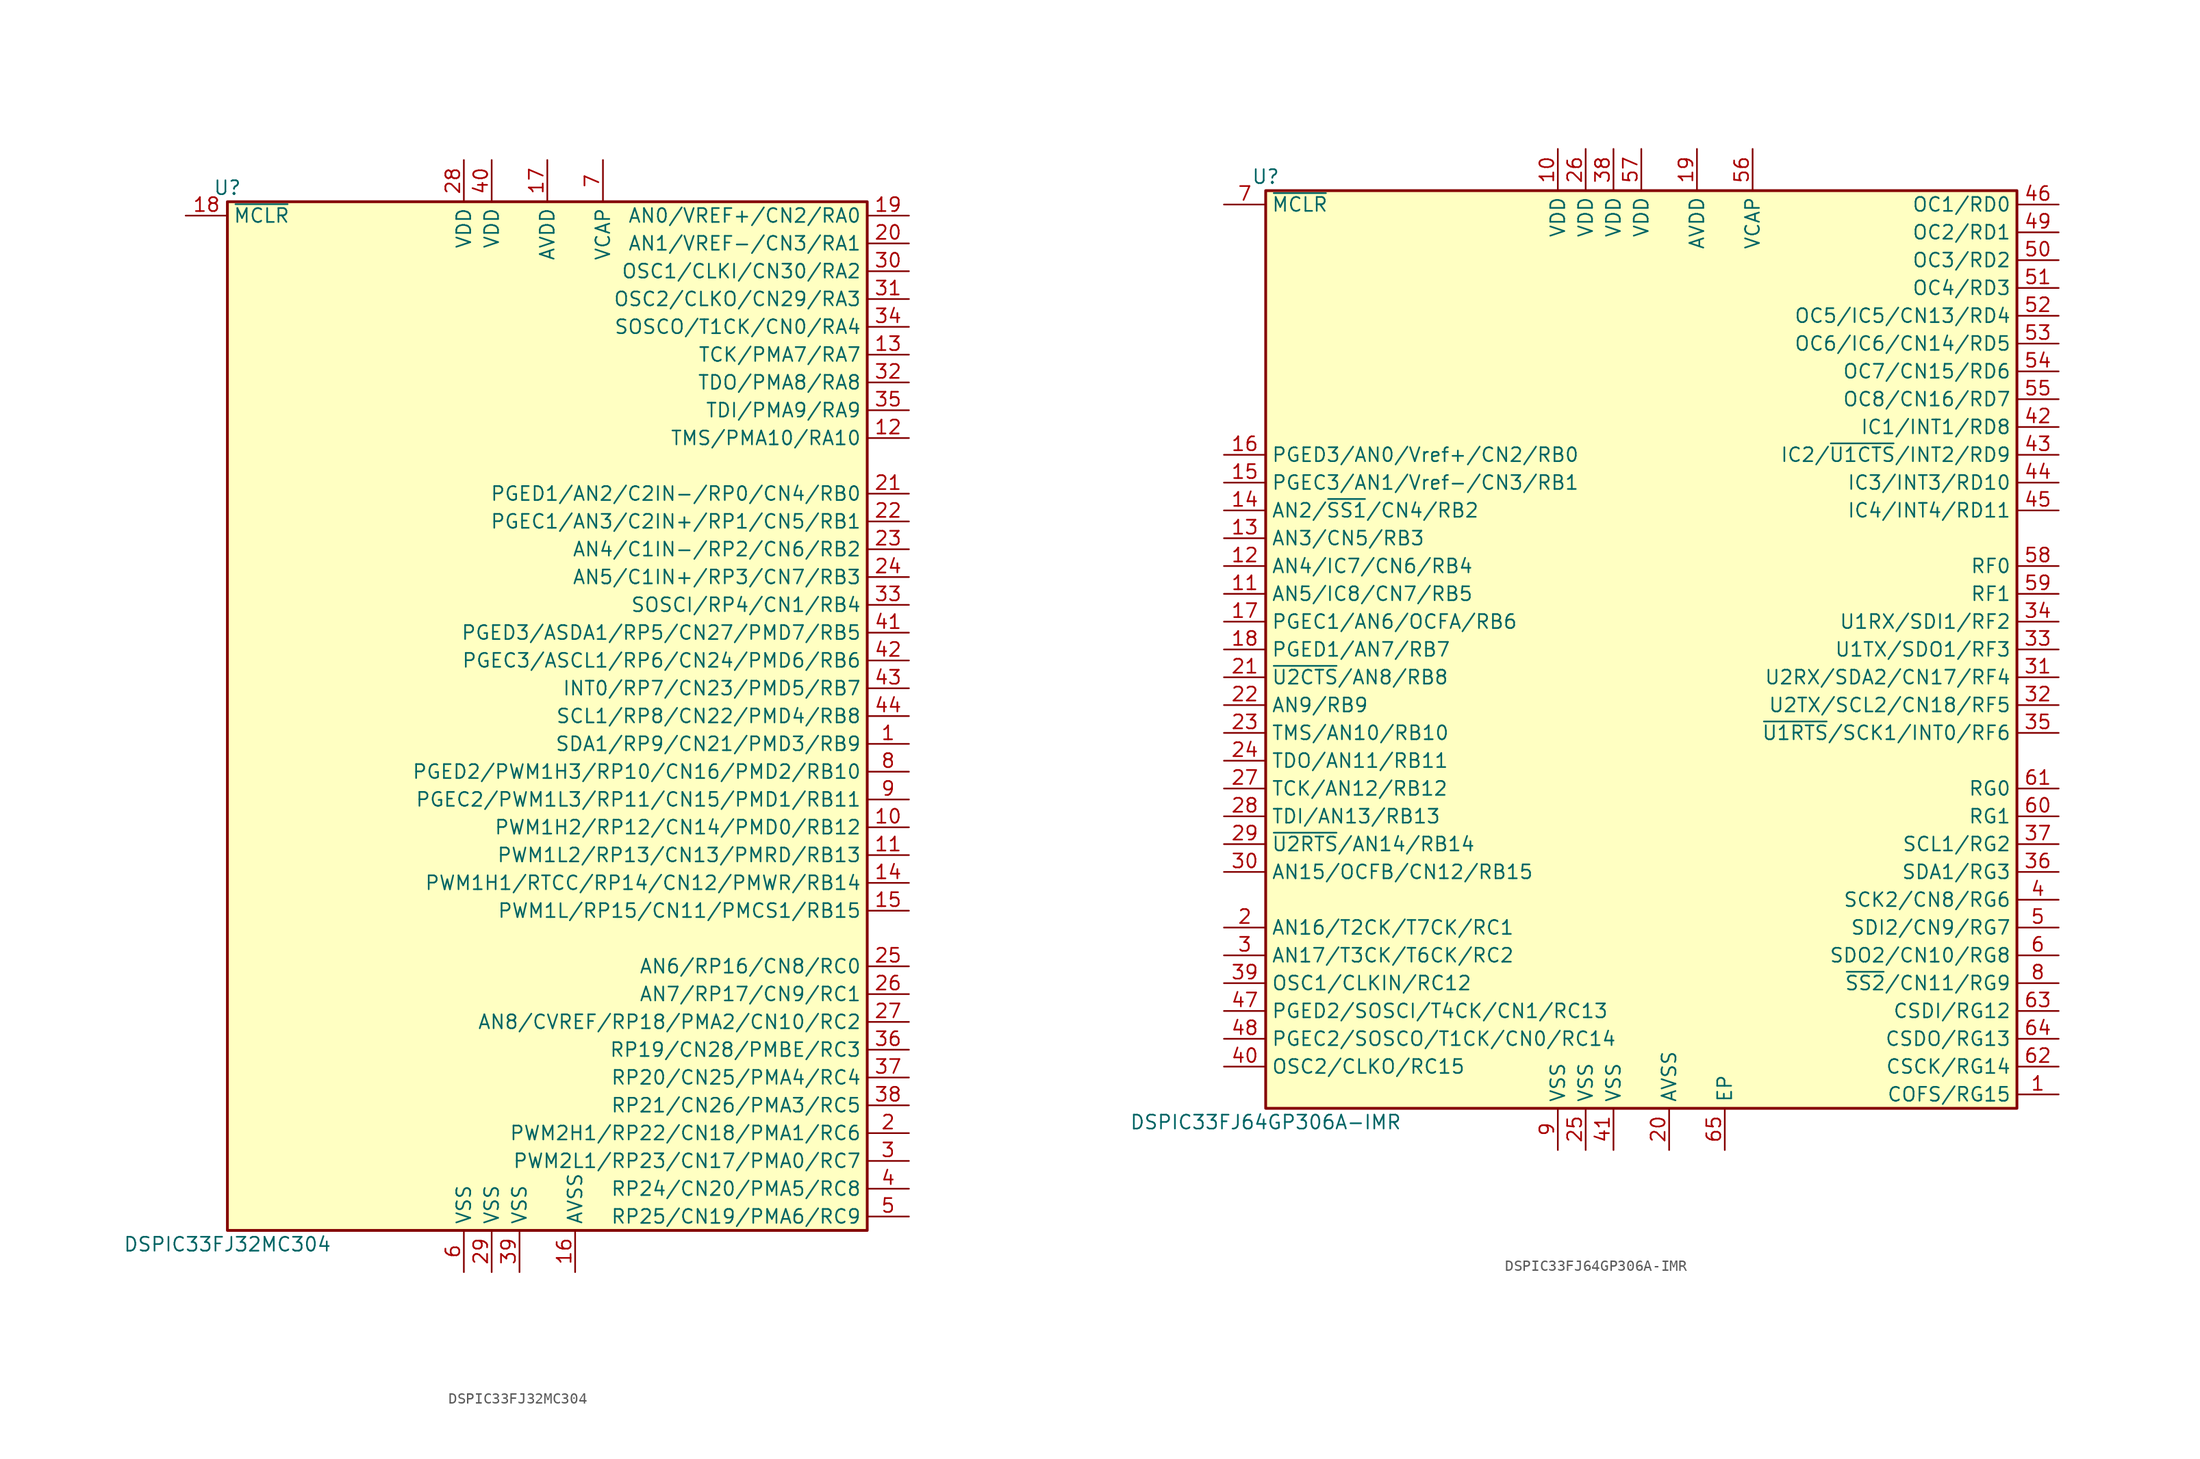
<source format=kicad_sym>
(kicad_symbol_lib
  (version 20201005)
  (generator kicad_symbol_editor)
  (symbol "DSPIC33FJ32MC304"
    (property "Reference" "U"
      (at -29.21 48.26 0)
      (effects (font (size 1.27 1.27))))
    (property "Value" "DSPIC33FJ32MC304"
      (at -29.21 -48.26 0)
      (effects (font (size 1.27 1.27))))
    (symbol "DSPIC33FJ32MC304_1_1"
      (rectangle (start -29.21 46.99) (end 29.21 -46.99) (stroke (width 0.254)) (fill (type background)))
      (pin bidirectional line (at 33.02 -2.54 180) (length 3.81) (name "SDA1/RP9/CN21/PMD3/RB9" (effects (font (size 1.27 1.27)))) (number "1" (effects (font (size 1.27 1.27)))))
      (pin bidirectional line (at 33.02 -10.16 180) (length 3.81) (name "PWM1H2/RP12/CN14/PMD0/RB12" (effects (font (size 1.27 1.27)))) (number "10" (effects (font (size 1.27 1.27)))))
      (pin bidirectional line (at 33.02 -12.7 180) (length 3.81) (name "PWM1L2/RP13/CN13/PMRD/RB13" (effects (font (size 1.27 1.27)))) (number "11" (effects (font (size 1.27 1.27)))))
      (pin bidirectional line (at 33.02 25.4 180) (length 3.81) (name "TMS/PMA10/RA10" (effects (font (size 1.27 1.27)))) (number "12" (effects (font (size 1.27 1.27)))))
      (pin bidirectional line (at 33.02 33.02 180) (length 3.81) (name "TCK/PMA7/RA7" (effects (font (size 1.27 1.27)))) (number "13" (effects (font (size 1.27 1.27)))))
      (pin bidirectional line (at 33.02 -15.24 180) (length 3.81) (name "PWM1H1/RTCC/RP14/CN12/PMWR/RB14" (effects (font (size 1.27 1.27)))) (number "14" (effects (font (size 1.27 1.27)))))
      (pin bidirectional line (at 33.02 -17.78 180) (length 3.81) (name "PWM1L/RP15/CN11/PMCS1/RB15" (effects (font (size 1.27 1.27)))) (number "15" (effects (font (size 1.27 1.27)))))
      (pin power_in line (at 2.54 -50.8 90) (length 3.81) (name "AVSS" (effects (font (size 1.27 1.27)))) (number "16" (effects (font (size 1.27 1.27)))))
      (pin power_in line (at 0 50.8 270) (length 3.81) (name "AVDD" (effects (font (size 1.27 1.27)))) (number "17" (effects (font (size 1.27 1.27)))))
      (pin input line (at -33.02 45.72 0) (length 3.81) (name "~MCLR" (effects (font (size 1.27 1.27)))) (number "18" (effects (font (size 1.27 1.27)))))
      (pin bidirectional line (at 33.02 45.72 180) (length 3.81) (name "AN0/VREF+/CN2/RA0" (effects (font (size 1.27 1.27)))) (number "19" (effects (font (size 1.27 1.27)))))
      (pin bidirectional line (at 33.02 -38.1 180) (length 3.81) (name "PWM2H1/RP22/CN18/PMA1/RC6" (effects (font (size 1.27 1.27)))) (number "2" (effects (font (size 1.27 1.27)))))
      (pin bidirectional line (at 33.02 43.18 180) (length 3.81) (name "AN1/VREF-/CN3/RA1" (effects (font (size 1.27 1.27)))) (number "20" (effects (font (size 1.27 1.27)))))
      (pin bidirectional line (at 33.02 20.32 180) (length 3.81) (name "PGED1/AN2/C2IN-/RP0/CN4/RB0" (effects (font (size 1.27 1.27)))) (number "21" (effects (font (size 1.27 1.27)))))
      (pin bidirectional line (at 33.02 17.78 180) (length 3.81) (name "PGEC1/AN3/C2IN+/RP1/CN5/RB1" (effects (font (size 1.27 1.27)))) (number "22" (effects (font (size 1.27 1.27)))))
      (pin bidirectional line (at 33.02 15.24 180) (length 3.81) (name "AN4/C1IN-/RP2/CN6/RB2" (effects (font (size 1.27 1.27)))) (number "23" (effects (font (size 1.27 1.27)))))
      (pin bidirectional line (at 33.02 12.7 180) (length 3.81) (name "AN5/C1IN+/RP3/CN7/RB3" (effects (font (size 1.27 1.27)))) (number "24" (effects (font (size 1.27 1.27)))))
      (pin bidirectional line (at 33.02 -22.86 180) (length 3.81) (name "AN6/RP16/CN8/RC0" (effects (font (size 1.27 1.27)))) (number "25" (effects (font (size 1.27 1.27)))))
      (pin bidirectional line (at 33.02 -25.4 180) (length 3.81) (name "AN7/RP17/CN9/RC1" (effects (font (size 1.27 1.27)))) (number "26" (effects (font (size 1.27 1.27)))))
      (pin bidirectional line (at 33.02 -27.94 180) (length 3.81) (name "AN8/CVREF/RP18/PMA2/CN10/RC2" (effects (font (size 1.27 1.27)))) (number "27" (effects (font (size 1.27 1.27)))))
      (pin power_in line (at -7.62 50.8 270) (length 3.81) (name "VDD" (effects (font (size 1.27 1.27)))) (number "28" (effects (font (size 1.27 1.27)))))
      (pin power_in line (at -5.08 -50.8 90) (length 3.81) (name "VSS" (effects (font (size 1.27 1.27)))) (number "29" (effects (font (size 1.27 1.27)))))
      (pin bidirectional line (at 33.02 -40.64 180) (length 3.81) (name "PWM2L1/RP23/CN17/PMA0/RC7" (effects (font (size 1.27 1.27)))) (number "3" (effects (font (size 1.27 1.27)))))
      (pin input line (at 33.02 40.64 180) (length 3.81) (name "OSC1/CLKI/CN30/RA2" (effects (font (size 1.27 1.27)))) (number "30" (effects (font (size 1.27 1.27)))))
      (pin input line (at 33.02 38.1 180) (length 3.81) (name "OSC2/CLKO/CN29/RA3" (effects (font (size 1.27 1.27)))) (number "31" (effects (font (size 1.27 1.27)))))
      (pin input line (at 33.02 30.48 180) (length 3.81) (name "TDO/PMA8/RA8" (effects (font (size 1.27 1.27)))) (number "32" (effects (font (size 1.27 1.27)))))
      (pin input line (at 33.02 10.16 180) (length 3.81) (name "SOSCI/RP4/CN1/RB4" (effects (font (size 1.27 1.27)))) (number "33" (effects (font (size 1.27 1.27)))))
      (pin input line (at 33.02 35.56 180) (length 3.81) (name "SOSCO/T1CK/CN0/RA4" (effects (font (size 1.27 1.27)))) (number "34" (effects (font (size 1.27 1.27)))))
      (pin input line (at 33.02 27.94 180) (length 3.81) (name "TDI/PMA9/RA9" (effects (font (size 1.27 1.27)))) (number "35" (effects (font (size 1.27 1.27)))))
      (pin input line (at 33.02 -30.48 180) (length 3.81) (name "RP19/CN28/PMBE/RC3" (effects (font (size 1.27 1.27)))) (number "36" (effects (font (size 1.27 1.27)))))
      (pin input line (at 33.02 -33.02 180) (length 3.81) (name "RP20/CN25/PMA4/RC4" (effects (font (size 1.27 1.27)))) (number "37" (effects (font (size 1.27 1.27)))))
      (pin input line (at 33.02 -35.56 180) (length 3.81) (name "RP21/CN26/PMA3/RC5" (effects (font (size 1.27 1.27)))) (number "38" (effects (font (size 1.27 1.27)))))
      (pin power_in line (at -2.54 -50.8 90) (length 3.81) (name "VSS" (effects (font (size 1.27 1.27)))) (number "39" (effects (font (size 1.27 1.27)))))
      (pin bidirectional line (at 33.02 -43.18 180) (length 3.81) (name "RP24/CN20/PMA5/RC8" (effects (font (size 1.27 1.27)))) (number "4" (effects (font (size 1.27 1.27)))))
      (pin power_in line (at -5.08 50.8 270) (length 3.81) (name "VDD" (effects (font (size 1.27 1.27)))) (number "40" (effects (font (size 1.27 1.27)))))
      (pin input line (at 33.02 7.62 180) (length 3.81) (name "PGED3/ASDA1/RP5/CN27/PMD7/RB5" (effects (font (size 1.27 1.27)))) (number "41" (effects (font (size 1.27 1.27)))))
      (pin input line (at 33.02 5.08 180) (length 3.81) (name "PGEC3/ASCL1/RP6/CN24/PMD6/RB6" (effects (font (size 1.27 1.27)))) (number "42" (effects (font (size 1.27 1.27)))))
      (pin input line (at 33.02 2.54 180) (length 3.81) (name "INT0/RP7/CN23/PMD5/RB7" (effects (font (size 1.27 1.27)))) (number "43" (effects (font (size 1.27 1.27)))))
      (pin input line (at 33.02 0 180) (length 3.81) (name "SCL1/RP8/CN22/PMD4/RB8" (effects (font (size 1.27 1.27)))) (number "44" (effects (font (size 1.27 1.27)))))
      (pin bidirectional line (at 33.02 -45.72 180) (length 3.81) (name "RP25/CN19/PMA6/RC9" (effects (font (size 1.27 1.27)))) (number "5" (effects (font (size 1.27 1.27)))))
      (pin power_in line (at -7.62 -50.8 90) (length 3.81) (name "VSS" (effects (font (size 1.27 1.27)))) (number "6" (effects (font (size 1.27 1.27)))))
      (pin power_in line (at 5.08 50.8 270) (length 3.81) (name "VCAP" (effects (font (size 1.27 1.27)))) (number "7" (effects (font (size 1.27 1.27)))))
      (pin bidirectional line (at 33.02 -5.08 180) (length 3.81) (name "PGED2/PWM1H3/RP10/CN16/PMD2/RB10" (effects (font (size 1.27 1.27)))) (number "8" (effects (font (size 1.27 1.27)))))
      (pin bidirectional line (at 33.02 -7.62 180) (length 3.81) (name "PGEC2/PWM1L3/RP11/CN15/PMD1/RB11" (effects (font (size 1.27 1.27)))) (number "9" (effects (font (size 1.27 1.27)))))))
  (symbol "DSPIC33FJ64GP306A-IMR"
    (property "Reference" "U"
      (at -34.29 43.18 0)
      (effects (font (size 1.27 1.27))))
    (property "Value" "DSPIC33FJ64GP306A-IMR"
      (at -34.29 -43.18 0)
      (effects (font (size 1.27 1.27))))
    (symbol "DSPIC33FJ64GP306A-IMR_1_1"
      (rectangle (start -34.29 41.91) (end 34.29 -41.91) (stroke (width 0.254)) (fill (type background)))
      (pin bidirectional line (at 38.1 -40.64 180) (length 3.81) (name "COFS/RG15" (effects (font (size 1.27 1.27)))) (number "1" (effects (font (size 1.27 1.27)))))
      (pin power_in line (at -7.62 45.72 270) (length 3.81) (name "VDD" (effects (font (size 1.27 1.27)))) (number "10" (effects (font (size 1.27 1.27)))))
      (pin input line (at -38.1 5.08 0) (length 3.81) (name "AN5/IC8/CN7/RB5" (effects (font (size 1.27 1.27)))) (number "11" (effects (font (size 1.27 1.27)))))
      (pin input line (at -38.1 7.62 0) (length 3.81) (name "AN4/IC7/CN6/RB4" (effects (font (size 1.27 1.27)))) (number "12" (effects (font (size 1.27 1.27)))))
      (pin bidirectional line (at -38.1 10.16 0) (length 3.81) (name "AN3/CN5/RB3" (effects (font (size 1.27 1.27)))) (number "13" (effects (font (size 1.27 1.27)))))
      (pin bidirectional line (at -38.1 12.7 0) (length 3.81) (name "AN2/~SS1~/CN4/RB2" (effects (font (size 1.27 1.27)))) (number "14" (effects (font (size 1.27 1.27)))))
      (pin bidirectional line (at -38.1 15.24 0) (length 3.81) (name "PGEC3/AN1/Vref-/CN3/RB1" (effects (font (size 1.27 1.27)))) (number "15" (effects (font (size 1.27 1.27)))))
      (pin bidirectional line (at -38.1 17.78 0) (length 3.81) (name "PGED3/AN0/Vref+/CN2/RB0" (effects (font (size 1.27 1.27)))) (number "16" (effects (font (size 1.27 1.27)))))
      (pin input line (at -38.1 2.54 0) (length 3.81) (name "PGEC1/AN6/OCFA/RB6" (effects (font (size 1.27 1.27)))) (number "17" (effects (font (size 1.27 1.27)))))
      (pin input line (at -38.1 0 0) (length 3.81) (name "PGED1/AN7/RB7" (effects (font (size 1.27 1.27)))) (number "18" (effects (font (size 1.27 1.27)))))
      (pin power_in line (at 5.08 45.72 270) (length 3.81) (name "AVDD" (effects (font (size 1.27 1.27)))) (number "19" (effects (font (size 1.27 1.27)))))
      (pin bidirectional line (at -38.1 -25.4 0) (length 3.81) (name "AN16/T2CK/T7CK/RC1" (effects (font (size 1.27 1.27)))) (number "2" (effects (font (size 1.27 1.27)))))
      (pin power_in line (at 2.54 -45.72 90) (length 3.81) (name "AVSS" (effects (font (size 1.27 1.27)))) (number "20" (effects (font (size 1.27 1.27)))))
      (pin input line (at -38.1 -2.54 0) (length 3.81) (name "~U2CTS~/AN8/RB8" (effects (font (size 1.27 1.27)))) (number "21" (effects (font (size 1.27 1.27)))))
      (pin bidirectional line (at -38.1 -5.08 0) (length 3.81) (name "AN9/RB9" (effects (font (size 1.27 1.27)))) (number "22" (effects (font (size 1.27 1.27)))))
      (pin bidirectional line (at -38.1 -7.62 0) (length 3.81) (name "TMS/AN10/RB10" (effects (font (size 1.27 1.27)))) (number "23" (effects (font (size 1.27 1.27)))))
      (pin bidirectional line (at -38.1 -10.16 0) (length 3.81) (name "TDO/AN11/RB11" (effects (font (size 1.27 1.27)))) (number "24" (effects (font (size 1.27 1.27)))))
      (pin power_in line (at -5.08 -45.72 90) (length 3.81) (name "VSS" (effects (font (size 1.27 1.27)))) (number "25" (effects (font (size 1.27 1.27)))))
      (pin power_in line (at -5.08 45.72 270) (length 3.81) (name "VDD" (effects (font (size 1.27 1.27)))) (number "26" (effects (font (size 1.27 1.27)))))
      (pin bidirectional line (at -38.1 -12.7 0) (length 3.81) (name "TCK/AN12/RB12" (effects (font (size 1.27 1.27)))) (number "27" (effects (font (size 1.27 1.27)))))
      (pin bidirectional line (at -38.1 -15.24 0) (length 3.81) (name "TDI/AN13/RB13" (effects (font (size 1.27 1.27)))) (number "28" (effects (font (size 1.27 1.27)))))
      (pin bidirectional line (at -38.1 -17.78 0) (length 3.81) (name "~U2RTS~/AN14/RB14" (effects (font (size 1.27 1.27)))) (number "29" (effects (font (size 1.27 1.27)))))
      (pin bidirectional line (at -38.1 -27.94 0) (length 3.81) (name "AN17/T3CK/T6CK/RC2" (effects (font (size 1.27 1.27)))) (number "3" (effects (font (size 1.27 1.27)))))
      (pin bidirectional line (at -38.1 -20.32 0) (length 3.81) (name "AN15/OCFB/CN12/RB15" (effects (font (size 1.27 1.27)))) (number "30" (effects (font (size 1.27 1.27)))))
      (pin bidirectional line (at 38.1 -2.54 180) (length 3.81) (name "U2RX/SDA2/CN17/RF4" (effects (font (size 1.27 1.27)))) (number "31" (effects (font (size 1.27 1.27)))))
      (pin bidirectional line (at 38.1 -5.08 180) (length 3.81) (name "U2TX/SCL2/CN18/RF5" (effects (font (size 1.27 1.27)))) (number "32" (effects (font (size 1.27 1.27)))))
      (pin bidirectional line (at 38.1 0 180) (length 3.81) (name "U1TX/SDO1/RF3" (effects (font (size 1.27 1.27)))) (number "33" (effects (font (size 1.27 1.27)))))
      (pin bidirectional line (at 38.1 2.54 180) (length 3.81) (name "U1RX/SDI1/RF2" (effects (font (size 1.27 1.27)))) (number "34" (effects (font (size 1.27 1.27)))))
      (pin bidirectional line (at 38.1 -7.62 180) (length 3.81) (name "~U1RTS~/SCK1/INT0/RF6" (effects (font (size 1.27 1.27)))) (number "35" (effects (font (size 1.27 1.27)))))
      (pin bidirectional line (at 38.1 -20.32 180) (length 3.81) (name "SDA1/RG3" (effects (font (size 1.27 1.27)))) (number "36" (effects (font (size 1.27 1.27)))))
      (pin bidirectional line (at 38.1 -17.78 180) (length 3.81) (name "SCL1/RG2" (effects (font (size 1.27 1.27)))) (number "37" (effects (font (size 1.27 1.27)))))
      (pin power_in line (at -2.54 45.72 270) (length 3.81) (name "VDD" (effects (font (size 1.27 1.27)))) (number "38" (effects (font (size 1.27 1.27)))))
      (pin bidirectional line (at -38.1 -30.48 0) (length 3.81) (name "OSC1/CLKIN/RC12" (effects (font (size 1.27 1.27)))) (number "39" (effects (font (size 1.27 1.27)))))
      (pin bidirectional line (at 38.1 -22.86 180) (length 3.81) (name "SCK2/CN8/RG6" (effects (font (size 1.27 1.27)))) (number "4" (effects (font (size 1.27 1.27)))))
      (pin bidirectional line (at -38.1 -38.1 0) (length 3.81) (name "OSC2/CLKO/RC15" (effects (font (size 1.27 1.27)))) (number "40" (effects (font (size 1.27 1.27)))))
      (pin power_in line (at -2.54 -45.72 90) (length 3.81) (name "VSS" (effects (font (size 1.27 1.27)))) (number "41" (effects (font (size 1.27 1.27)))))
      (pin bidirectional line (at 38.1 20.32 180) (length 3.81) (name "IC1/INT1/RD8" (effects (font (size 1.27 1.27)))) (number "42" (effects (font (size 1.27 1.27)))))
      (pin bidirectional line (at 38.1 17.78 180) (length 3.81) (name "IC2/~U1CTS~/INT2/RD9" (effects (font (size 1.27 1.27)))) (number "43" (effects (font (size 1.27 1.27)))))
      (pin bidirectional line (at 38.1 15.24 180) (length 3.81) (name "IC3/INT3/RD10" (effects (font (size 1.27 1.27)))) (number "44" (effects (font (size 1.27 1.27)))))
      (pin bidirectional line (at 38.1 12.7 180) (length 3.81) (name "IC4/INT4/RD11" (effects (font (size 1.27 1.27)))) (number "45" (effects (font (size 1.27 1.27)))))
      (pin bidirectional line (at 38.1 40.64 180) (length 3.81) (name "OC1/RD0" (effects (font (size 1.27 1.27)))) (number "46" (effects (font (size 1.27 1.27)))))
      (pin bidirectional line (at -38.1 -33.02 0) (length 3.81) (name "PGED2/SOSCI/T4CK/CN1/RC13" (effects (font (size 1.27 1.27)))) (number "47" (effects (font (size 1.27 1.27)))))
      (pin bidirectional line (at -38.1 -35.56 0) (length 3.81) (name "PGEC2/SOSCO/T1CK/CN0/RC14" (effects (font (size 1.27 1.27)))) (number "48" (effects (font (size 1.27 1.27)))))
      (pin bidirectional line (at 38.1 38.1 180) (length 3.81) (name "OC2/RD1" (effects (font (size 1.27 1.27)))) (number "49" (effects (font (size 1.27 1.27)))))
      (pin bidirectional line (at 38.1 -25.4 180) (length 3.81) (name "SDI2/CN9/RG7" (effects (font (size 1.27 1.27)))) (number "5" (effects (font (size 1.27 1.27)))))
      (pin bidirectional line (at 38.1 35.56 180) (length 3.81) (name "OC3/RD2" (effects (font (size 1.27 1.27)))) (number "50" (effects (font (size 1.27 1.27)))))
      (pin bidirectional line (at 38.1 33.02 180) (length 3.81) (name "OC4/RD3" (effects (font (size 1.27 1.27)))) (number "51" (effects (font (size 1.27 1.27)))))
      (pin bidirectional line (at 38.1 30.48 180) (length 3.81) (name "OC5/IC5/CN13/RD4" (effects (font (size 1.27 1.27)))) (number "52" (effects (font (size 1.27 1.27)))))
      (pin bidirectional line (at 38.1 27.94 180) (length 3.81) (name "OC6/IC6/CN14/RD5" (effects (font (size 1.27 1.27)))) (number "53" (effects (font (size 1.27 1.27)))))
      (pin bidirectional line (at 38.1 25.4 180) (length 3.81) (name "OC7/CN15/RD6" (effects (font (size 1.27 1.27)))) (number "54" (effects (font (size 1.27 1.27)))))
      (pin bidirectional line (at 38.1 22.86 180) (length 3.81) (name "OC8/CN16/RD7" (effects (font (size 1.27 1.27)))) (number "55" (effects (font (size 1.27 1.27)))))
      (pin power_in line (at 10.16 45.72 270) (length 3.81) (name "VCAP" (effects (font (size 1.27 1.27)))) (number "56" (effects (font (size 1.27 1.27)))))
      (pin power_in line (at 0 45.72 270) (length 3.81) (name "VDD" (effects (font (size 1.27 1.27)))) (number "57" (effects (font (size 1.27 1.27)))))
      (pin bidirectional line (at 38.1 7.62 180) (length 3.81) (name "RF0" (effects (font (size 1.27 1.27)))) (number "58" (effects (font (size 1.27 1.27)))))
      (pin bidirectional line (at 38.1 5.08 180) (length 3.81) (name "RF1" (effects (font (size 1.27 1.27)))) (number "59" (effects (font (size 1.27 1.27)))))
      (pin bidirectional line (at 38.1 -27.94 180) (length 3.81) (name "SDO2/CN10/RG8" (effects (font (size 1.27 1.27)))) (number "6" (effects (font (size 1.27 1.27)))))
      (pin bidirectional line (at 38.1 -15.24 180) (length 3.81) (name "RG1" (effects (font (size 1.27 1.27)))) (number "60" (effects (font (size 1.27 1.27)))))
      (pin bidirectional line (at 38.1 -12.7 180) (length 3.81) (name "RG0" (effects (font (size 1.27 1.27)))) (number "61" (effects (font (size 1.27 1.27)))))
      (pin bidirectional line (at 38.1 -38.1 180) (length 3.81) (name "CSCK/RG14" (effects (font (size 1.27 1.27)))) (number "62" (effects (font (size 1.27 1.27)))))
      (pin bidirectional line (at 38.1 -33.02 180) (length 3.81) (name "CSDI/RG12" (effects (font (size 1.27 1.27)))) (number "63" (effects (font (size 1.27 1.27)))))
      (pin bidirectional line (at 38.1 -35.56 180) (length 3.81) (name "CSDO/RG13" (effects (font (size 1.27 1.27)))) (number "64" (effects (font (size 1.27 1.27)))))
      (pin power_in line (at 7.62 -45.72 90) (length 3.81) (name "EP" (effects (font (size 1.27 1.27)))) (number "65" (effects (font (size 1.27 1.27)))))
      (pin input line (at -38.1 40.64 0) (length 3.81) (name "~MCLR" (effects (font (size 1.27 1.27)))) (number "7" (effects (font (size 1.27 1.27)))))
      (pin bidirectional line (at 38.1 -30.48 180) (length 3.81) (name "~SS2~/CN11/RG9" (effects (font (size 1.27 1.27)))) (number "8" (effects (font (size 1.27 1.27)))))
      (pin power_in line (at -7.62 -45.72 90) (length 3.81) (name "VSS" (effects (font (size 1.27 1.27)))) (number "9" (effects (font (size 1.27 1.27))))))))
</source>
